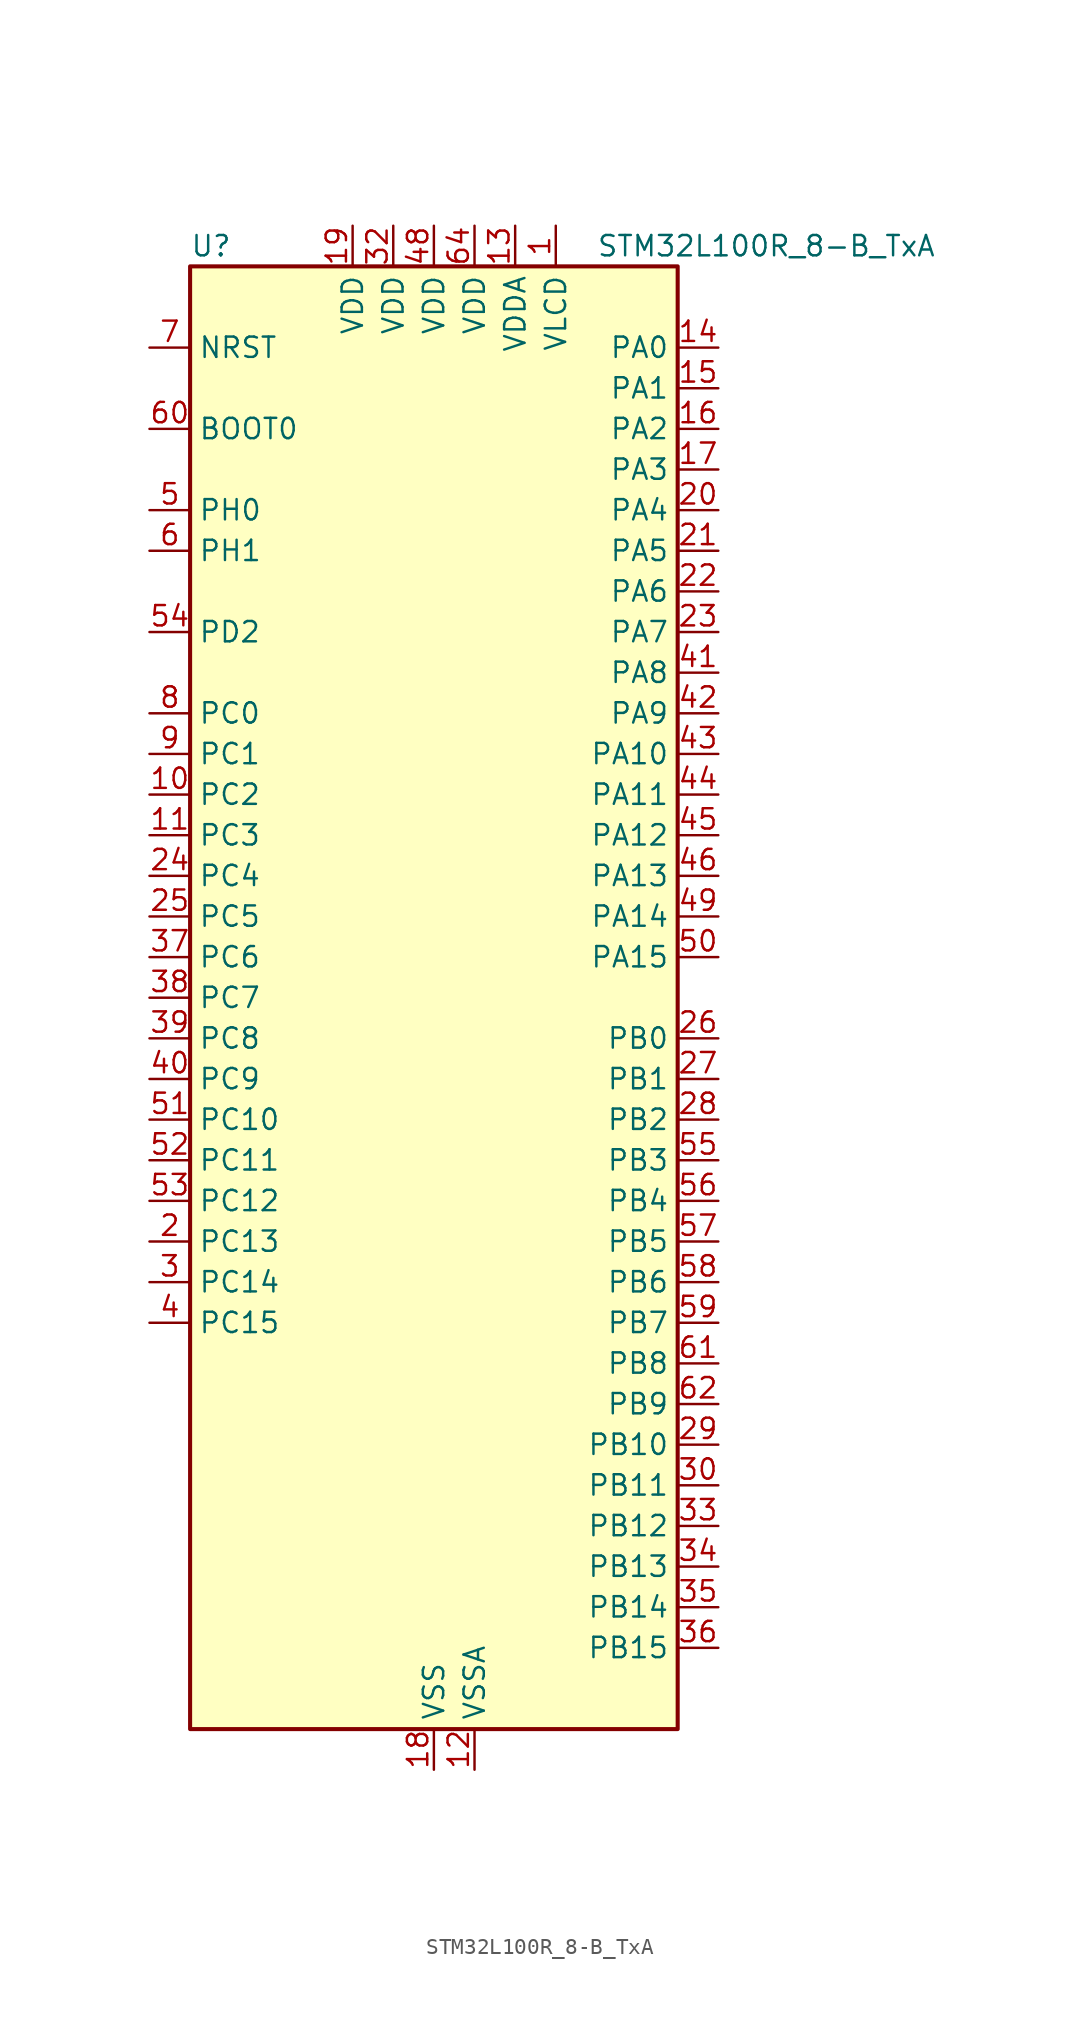
<source format=kicad_sym>
(kicad_symbol_lib
  (version 20241209)
  (generator "kicad_symbol_editor")
  (generator_version "9.0")
  (symbol "STM32L100R_8-B_TxA"
    (property "Reference" "U"
      (at -15.24 46.99 0)
      (effects (font (size 1.27 1.27)) (justify left)))
    (property "Value" "STM32L100R_8-B_TxA"
      (at 10.16 46.99 0)
      (effects (font (size 1.27 1.27)) (justify left)))
    (symbol "STM32L100R_8-B_TxA_0_1"
      (rectangle (start -15.24 -45.72) (end 15.24 45.72) (stroke (width 0.254) (type default)) (fill (type background))))
    (symbol "STM32L100R_8-B_TxA_1_1"
      (pin input line (at -17.78 40.64 0) (length 2.54) (name "NRST" (effects (font (size 1.27 1.27)))) (number "7" (effects (font (size 1.27 1.27)))))
      (pin input line (at -17.78 35.56 0) (length 2.54) (name "BOOT0" (effects (font (size 1.27 1.27)))) (number "60" (effects (font (size 1.27 1.27)))))
      (pin bidirectional line (at -17.78 30.48 0) (length 2.54) (name "PH0" (effects (font (size 1.27 1.27)))) (number "5" (effects (font (size 1.27 1.27)))) (alternate "RCC_OSC_IN" bidirectional line))
      (pin bidirectional line (at -17.78 27.94 0) (length 2.54) (name "PH1" (effects (font (size 1.27 1.27)))) (number "6" (effects (font (size 1.27 1.27)))) (alternate "RCC_OSC_OUT" bidirectional line))
      (pin bidirectional line (at -17.78 22.86 0) (length 2.54) (name "PD2" (effects (font (size 1.27 1.27)))) (number "54" (effects (font (size 1.27 1.27)))) (alternate "LCD_COM7" bidirectional line) (alternate "LCD_SEG31" bidirectional line) (alternate "TIM3_ETR" bidirectional line) (alternate "TIMX_IC3" bidirectional line))
      (pin bidirectional line (at -17.78 17.78 0) (length 2.54) (name "PC0" (effects (font (size 1.27 1.27)))) (number "8" (effects (font (size 1.27 1.27)))) (alternate "ADC_IN10" bidirectional line) (alternate "COMP1_INP" bidirectional line) (alternate "LCD_SEG18" bidirectional line) (alternate "TIMX_IC1" bidirectional line))
      (pin bidirectional line (at -17.78 15.24 0) (length 2.54) (name "PC1" (effects (font (size 1.27 1.27)))) (number "9" (effects (font (size 1.27 1.27)))) (alternate "ADC_IN11" bidirectional line) (alternate "COMP1_INP" bidirectional line) (alternate "LCD_SEG19" bidirectional line) (alternate "TIMX_IC2" bidirectional line))
      (pin bidirectional line (at -17.78 12.7 0) (length 2.54) (name "PC2" (effects (font (size 1.27 1.27)))) (number "10" (effects (font (size 1.27 1.27)))) (alternate "ADC_IN12" bidirectional line) (alternate "COMP1_INP" bidirectional line) (alternate "LCD_SEG20" bidirectional line) (alternate "TIMX_IC3" bidirectional line))
      (pin bidirectional line (at -17.78 10.16 0) (length 2.54) (name "PC3" (effects (font (size 1.27 1.27)))) (number "11" (effects (font (size 1.27 1.27)))) (alternate "ADC_IN13" bidirectional line) (alternate "COMP1_INP" bidirectional line) (alternate "LCD_SEG21" bidirectional line) (alternate "TIMX_IC4" bidirectional line))
      (pin bidirectional line (at -17.78 7.62 0) (length 2.54) (name "PC4" (effects (font (size 1.27 1.27)))) (number "24" (effects (font (size 1.27 1.27)))) (alternate "ADC_IN14" bidirectional line) (alternate "COMP1_INP" bidirectional line) (alternate "LCD_SEG22" bidirectional line) (alternate "TIMX_IC1" bidirectional line))
      (pin bidirectional line (at -17.78 5.08 0) (length 2.54) (name "PC5" (effects (font (size 1.27 1.27)))) (number "25" (effects (font (size 1.27 1.27)))) (alternate "ADC_IN15" bidirectional line) (alternate "COMP1_INP" bidirectional line) (alternate "LCD_SEG23" bidirectional line) (alternate "TIMX_IC2" bidirectional line))
      (pin bidirectional line (at -17.78 2.54 0) (length 2.54) (name "PC6" (effects (font (size 1.27 1.27)))) (number "37" (effects (font (size 1.27 1.27)))) (alternate "LCD_SEG24" bidirectional line) (alternate "TIM3_CH1" bidirectional line) (alternate "TIMX_IC3" bidirectional line))
      (pin bidirectional line (at -17.78 0 0) (length 2.54) (name "PC7" (effects (font (size 1.27 1.27)))) (number "38" (effects (font (size 1.27 1.27)))) (alternate "LCD_SEG25" bidirectional line) (alternate "TIM3_CH2" bidirectional line) (alternate "TIMX_IC4" bidirectional line))
      (pin bidirectional line (at -17.78 -2.54 0) (length 2.54) (name "PC8" (effects (font (size 1.27 1.27)))) (number "39" (effects (font (size 1.27 1.27)))) (alternate "LCD_SEG26" bidirectional line) (alternate "TIM3_CH3" bidirectional line) (alternate "TIMX_IC1" bidirectional line))
      (pin bidirectional line (at -17.78 -5.08 0) (length 2.54) (name "PC9" (effects (font (size 1.27 1.27)))) (number "40" (effects (font (size 1.27 1.27)))) (alternate "DAC_EXTI9" bidirectional line) (alternate "LCD_SEG27" bidirectional line) (alternate "TIM3_CH4" bidirectional line) (alternate "TIMX_IC2" bidirectional line))
      (pin bidirectional line (at -17.78 -7.62 0) (length 2.54) (name "PC10" (effects (font (size 1.27 1.27)))) (number "51" (effects (font (size 1.27 1.27)))) (alternate "LCD_COM4" bidirectional line) (alternate "LCD_SEG28" bidirectional line) (alternate "TIMX_IC3" bidirectional line) (alternate "USART3_TX" bidirectional line))
      (pin bidirectional line (at -17.78 -10.16 0) (length 2.54) (name "PC11" (effects (font (size 1.27 1.27)))) (number "52" (effects (font (size 1.27 1.27)))) (alternate "ADC_EXTI11" bidirectional line) (alternate "LCD_COM5" bidirectional line) (alternate "LCD_SEG29" bidirectional line) (alternate "TIMX_IC4" bidirectional line) (alternate "USART3_RX" bidirectional line))
      (pin bidirectional line (at -17.78 -12.7 0) (length 2.54) (name "PC12" (effects (font (size 1.27 1.27)))) (number "53" (effects (font (size 1.27 1.27)))) (alternate "LCD_COM6" bidirectional line) (alternate "LCD_SEG30" bidirectional line) (alternate "TIMX_IC1" bidirectional line) (alternate "USART3_CK" bidirectional line))
      (pin bidirectional line (at -17.78 -15.24 0) (length 2.54) (name "PC13" (effects (font (size 1.27 1.27)))) (number "2" (effects (font (size 1.27 1.27)))) (alternate "RTC_OUT_ALARM" bidirectional line) (alternate "RTC_OUT_CALIB" bidirectional line) (alternate "RTC_TAMP1" bidirectional line) (alternate "RTC_TS" bidirectional line) (alternate "SYS_WKUP2" bidirectional line) (alternate "TIMX_IC2" bidirectional line))
      (pin bidirectional line (at -17.78 -17.78 0) (length 2.54) (name "PC14" (effects (font (size 1.27 1.27)))) (number "3" (effects (font (size 1.27 1.27)))) (alternate "RCC_OSC32_IN" bidirectional line) (alternate "TIMX_IC3" bidirectional line))
      (pin bidirectional line (at -17.78 -20.32 0) (length 2.54) (name "PC15" (effects (font (size 1.27 1.27)))) (number "4" (effects (font (size 1.27 1.27)))) (alternate "ADC_EXTI15" bidirectional line) (alternate "RCC_OSC32_OUT" bidirectional line) (alternate "TIMX_IC4" bidirectional line))
      (pin power_in line (at -5.08 48.26 270) (length 2.54) (name "VDD" (effects (font (size 1.27 1.27)))) (number "19" (effects (font (size 1.27 1.27)))))
      (pin power_in line (at -2.54 48.26 270) (length 2.54) (name "VDD" (effects (font (size 1.27 1.27)))) (number "32" (effects (font (size 1.27 1.27)))))
      (pin power_in line (at 0 48.26 270) (length 2.54) (name "VDD" (effects (font (size 1.27 1.27)))) (number "48" (effects (font (size 1.27 1.27)))))
      (pin power_in line (at 0 -48.26 90) (length 2.54) (name "VSS" (effects (font (size 1.27 1.27)))) (number "18" (effects (font (size 1.27 1.27)))))
      (pin passive line (at 0 -48.26 90) (length 2.54) (hide yes) (name "VSS" (effects (font (size 1.27 1.27)))) (number "31" (effects (font (size 1.27 1.27)))))
      (pin passive line (at 0 -48.26 90) (length 2.54) (hide yes) (name "VSS" (effects (font (size 1.27 1.27)))) (number "47" (effects (font (size 1.27 1.27)))))
      (pin passive line (at 0 -48.26 90) (length 2.54) (hide yes) (name "VSS" (effects (font (size 1.27 1.27)))) (number "63" (effects (font (size 1.27 1.27)))))
      (pin power_in line (at 2.54 48.26 270) (length 2.54) (name "VDD" (effects (font (size 1.27 1.27)))) (number "64" (effects (font (size 1.27 1.27)))))
      (pin power_in line (at 2.54 -48.26 90) (length 2.54) (name "VSSA" (effects (font (size 1.27 1.27)))) (number "12" (effects (font (size 1.27 1.27)))))
      (pin power_in line (at 5.08 48.26 270) (length 2.54) (name "VDDA" (effects (font (size 1.27 1.27)))) (number "13" (effects (font (size 1.27 1.27)))))
      (pin power_in line (at 7.62 48.26 270) (length 2.54) (name "VLCD" (effects (font (size 1.27 1.27)))) (number "1" (effects (font (size 1.27 1.27)))))
      (pin bidirectional line (at 17.78 40.64 180) (length 2.54) (name "PA0" (effects (font (size 1.27 1.27)))) (number "14" (effects (font (size 1.27 1.27)))) (alternate "ADC_IN0" bidirectional line) (alternate "COMP1_INP" bidirectional line) (alternate "RTC_TAMP2" bidirectional line) (alternate "SYS_WKUP1" bidirectional line) (alternate "TIM2_CH1" bidirectional line) (alternate "TIM2_ETR" bidirectional line) (alternate "TIMX_IC1" bidirectional line) (alternate "USART2_CTS" bidirectional line))
      (pin bidirectional line (at 17.78 38.1 180) (length 2.54) (name "PA1" (effects (font (size 1.27 1.27)))) (number "15" (effects (font (size 1.27 1.27)))) (alternate "ADC_IN1" bidirectional line) (alternate "COMP1_INP" bidirectional line) (alternate "LCD_SEG0" bidirectional line) (alternate "TIM2_CH2" bidirectional line) (alternate "TIMX_IC2" bidirectional line) (alternate "USART2_RTS" bidirectional line))
      (pin bidirectional line (at 17.78 35.56 180) (length 2.54) (name "PA2" (effects (font (size 1.27 1.27)))) (number "16" (effects (font (size 1.27 1.27)))) (alternate "ADC_IN2" bidirectional line) (alternate "COMP1_INP" bidirectional line) (alternate "LCD_SEG1" bidirectional line) (alternate "TIM2_CH3" bidirectional line) (alternate "TIM9_CH1" bidirectional line) (alternate "TIMX_IC3" bidirectional line) (alternate "USART2_TX" bidirectional line))
      (pin bidirectional line (at 17.78 33.02 180) (length 2.54) (name "PA3" (effects (font (size 1.27 1.27)))) (number "17" (effects (font (size 1.27 1.27)))) (alternate "ADC_IN3" bidirectional line) (alternate "COMP1_INP" bidirectional line) (alternate "LCD_SEG2" bidirectional line) (alternate "TIM2_CH4" bidirectional line) (alternate "TIM9_CH2" bidirectional line) (alternate "TIMX_IC4" bidirectional line) (alternate "USART2_RX" bidirectional line))
      (pin bidirectional line (at 17.78 30.48 180) (length 2.54) (name "PA4" (effects (font (size 1.27 1.27)))) (number "20" (effects (font (size 1.27 1.27)))) (alternate "ADC_IN4" bidirectional line) (alternate "COMP1_INP" bidirectional line) (alternate "DAC_OUT1" bidirectional line) (alternate "SPI1_NSS" bidirectional line) (alternate "TIMX_IC1" bidirectional line) (alternate "USART2_CK" bidirectional line))
      (pin bidirectional line (at 17.78 27.94 180) (length 2.54) (name "PA5" (effects (font (size 1.27 1.27)))) (number "21" (effects (font (size 1.27 1.27)))) (alternate "ADC_IN5" bidirectional line) (alternate "COMP1_INP" bidirectional line) (alternate "DAC_OUT2" bidirectional line) (alternate "SPI1_SCK" bidirectional line) (alternate "TIM2_CH1" bidirectional line) (alternate "TIM2_ETR" bidirectional line) (alternate "TIMX_IC2" bidirectional line))
      (pin bidirectional line (at 17.78 25.4 180) (length 2.54) (name "PA6" (effects (font (size 1.27 1.27)))) (number "22" (effects (font (size 1.27 1.27)))) (alternate "ADC_IN6" bidirectional line) (alternate "COMP1_INP" bidirectional line) (alternate "LCD_SEG3" bidirectional line) (alternate "SPI1_MISO" bidirectional line) (alternate "TIM10_CH1" bidirectional line) (alternate "TIM3_CH1" bidirectional line) (alternate "TIMX_IC3" bidirectional line))
      (pin bidirectional line (at 17.78 22.86 180) (length 2.54) (name "PA7" (effects (font (size 1.27 1.27)))) (number "23" (effects (font (size 1.27 1.27)))) (alternate "ADC_IN7" bidirectional line) (alternate "COMP1_INP" bidirectional line) (alternate "LCD_SEG4" bidirectional line) (alternate "SPI1_MOSI" bidirectional line) (alternate "TIM11_CH1" bidirectional line) (alternate "TIM3_CH2" bidirectional line) (alternate "TIMX_IC4" bidirectional line))
      (pin bidirectional line (at 17.78 20.32 180) (length 2.54) (name "PA8" (effects (font (size 1.27 1.27)))) (number "41" (effects (font (size 1.27 1.27)))) (alternate "LCD_COM0" bidirectional line) (alternate "RCC_MCO" bidirectional line) (alternate "TIMX_IC1" bidirectional line) (alternate "USART1_CK" bidirectional line))
      (pin bidirectional line (at 17.78 17.78 180) (length 2.54) (name "PA9" (effects (font (size 1.27 1.27)))) (number "42" (effects (font (size 1.27 1.27)))) (alternate "DAC_EXTI9" bidirectional line) (alternate "LCD_COM1" bidirectional line) (alternate "TIMX_IC2" bidirectional line) (alternate "USART1_TX" bidirectional line))
      (pin bidirectional line (at 17.78 15.24 180) (length 2.54) (name "PA10" (effects (font (size 1.27 1.27)))) (number "43" (effects (font (size 1.27 1.27)))) (alternate "LCD_COM2" bidirectional line) (alternate "TIMX_IC3" bidirectional line) (alternate "USART1_RX" bidirectional line))
      (pin bidirectional line (at 17.78 12.7 180) (length 2.54) (name "PA11" (effects (font (size 1.27 1.27)))) (number "44" (effects (font (size 1.27 1.27)))) (alternate "ADC_EXTI11" bidirectional line) (alternate "SPI1_MISO" bidirectional line) (alternate "TIMX_IC4" bidirectional line) (alternate "USART1_CTS" bidirectional line) (alternate "USB_DM" bidirectional line))
      (pin bidirectional line (at 17.78 10.16 180) (length 2.54) (name "PA12" (effects (font (size 1.27 1.27)))) (number "45" (effects (font (size 1.27 1.27)))) (alternate "SPI1_MOSI" bidirectional line) (alternate "TIMX_IC1" bidirectional line) (alternate "USART1_RTS" bidirectional line) (alternate "USB_DP" bidirectional line))
      (pin bidirectional line (at 17.78 7.62 180) (length 2.54) (name "PA13" (effects (font (size 1.27 1.27)))) (number "46" (effects (font (size 1.27 1.27)))) (alternate "SYS_JTMS-SWDIO" bidirectional line) (alternate "TIMX_IC2" bidirectional line))
      (pin bidirectional line (at 17.78 5.08 180) (length 2.54) (name "PA14" (effects (font (size 1.27 1.27)))) (number "49" (effects (font (size 1.27 1.27)))) (alternate "SYS_JTCK-SWCLK" bidirectional line) (alternate "TIMX_IC3" bidirectional line))
      (pin bidirectional line (at 17.78 2.54 180) (length 2.54) (name "PA15" (effects (font (size 1.27 1.27)))) (number "50" (effects (font (size 1.27 1.27)))) (alternate "ADC_EXTI15" bidirectional line) (alternate "LCD_SEG17" bidirectional line) (alternate "SPI1_NSS" bidirectional line) (alternate "SYS_JTDI" bidirectional line) (alternate "TIM2_CH1" bidirectional line) (alternate "TIM2_ETR" bidirectional line) (alternate "TIMX_IC4" bidirectional line))
      (pin bidirectional line (at 17.78 -2.54 180) (length 2.54) (name "PB0" (effects (font (size 1.27 1.27)))) (number "26" (effects (font (size 1.27 1.27)))) (alternate "ADC_IN8" bidirectional line) (alternate "COMP1_INP" bidirectional line) (alternate "LCD_SEG5" bidirectional line) (alternate "SYS_V_REF_OUT" bidirectional line) (alternate "TIM3_CH3" bidirectional line))
      (pin bidirectional line (at 17.78 -5.08 180) (length 2.54) (name "PB1" (effects (font (size 1.27 1.27)))) (number "27" (effects (font (size 1.27 1.27)))) (alternate "ADC_IN9" bidirectional line) (alternate "COMP1_INP" bidirectional line) (alternate "LCD_SEG6" bidirectional line) (alternate "SYS_V_REF_OUT" bidirectional line) (alternate "TIM3_CH4" bidirectional line))
      (pin bidirectional line (at 17.78 -7.62 180) (length 2.54) (name "PB2" (effects (font (size 1.27 1.27)))) (number "28" (effects (font (size 1.27 1.27)))))
      (pin bidirectional line (at 17.78 -10.16 180) (length 2.54) (name "PB3" (effects (font (size 1.27 1.27)))) (number "55" (effects (font (size 1.27 1.27)))) (alternate "COMP2_INM" bidirectional line) (alternate "LCD_SEG7" bidirectional line) (alternate "SPI1_SCK" bidirectional line) (alternate "SYS_JTDO-TRACESWO" bidirectional line) (alternate "TIM2_CH2" bidirectional line))
      (pin bidirectional line (at 17.78 -12.7 180) (length 2.54) (name "PB4" (effects (font (size 1.27 1.27)))) (number "56" (effects (font (size 1.27 1.27)))) (alternate "COMP2_INP" bidirectional line) (alternate "LCD_SEG8" bidirectional line) (alternate "SPI1_MISO" bidirectional line) (alternate "SYS_JTRST" bidirectional line) (alternate "TIM3_CH1" bidirectional line))
      (pin bidirectional line (at 17.78 -15.24 180) (length 2.54) (name "PB5" (effects (font (size 1.27 1.27)))) (number "57" (effects (font (size 1.27 1.27)))) (alternate "COMP2_INP" bidirectional line) (alternate "I2C1_SMBA" bidirectional line) (alternate "LCD_SEG9" bidirectional line) (alternate "SPI1_MOSI" bidirectional line) (alternate "TIM3_CH2" bidirectional line))
      (pin bidirectional line (at 17.78 -17.78 180) (length 2.54) (name "PB6" (effects (font (size 1.27 1.27)))) (number "58" (effects (font (size 1.27 1.27)))) (alternate "I2C1_SCL" bidirectional line) (alternate "TIM4_CH1" bidirectional line) (alternate "USART1_TX" bidirectional line))
      (pin bidirectional line (at 17.78 -20.32 180) (length 2.54) (name "PB7" (effects (font (size 1.27 1.27)))) (number "59" (effects (font (size 1.27 1.27)))) (alternate "I2C1_SDA" bidirectional line) (alternate "SYS_PVD_IN" bidirectional line) (alternate "TIM4_CH2" bidirectional line) (alternate "USART1_RX" bidirectional line))
      (pin bidirectional line (at 17.78 -22.86 180) (length 2.54) (name "PB8" (effects (font (size 1.27 1.27)))) (number "61" (effects (font (size 1.27 1.27)))) (alternate "I2C1_SCL" bidirectional line) (alternate "LCD_SEG16" bidirectional line) (alternate "TIM10_CH1" bidirectional line) (alternate "TIM4_CH3" bidirectional line))
      (pin bidirectional line (at 17.78 -25.4 180) (length 2.54) (name "PB9" (effects (font (size 1.27 1.27)))) (number "62" (effects (font (size 1.27 1.27)))) (alternate "DAC_EXTI9" bidirectional line) (alternate "I2C1_SDA" bidirectional line) (alternate "LCD_COM3" bidirectional line) (alternate "TIM11_CH1" bidirectional line) (alternate "TIM4_CH4" bidirectional line))
      (pin bidirectional line (at 17.78 -27.94 180) (length 2.54) (name "PB10" (effects (font (size 1.27 1.27)))) (number "29" (effects (font (size 1.27 1.27)))) (alternate "I2C2_SCL" bidirectional line) (alternate "LCD_SEG10" bidirectional line) (alternate "TIM2_CH3" bidirectional line) (alternate "USART3_TX" bidirectional line))
      (pin bidirectional line (at 17.78 -30.48 180) (length 2.54) (name "PB11" (effects (font (size 1.27 1.27)))) (number "30" (effects (font (size 1.27 1.27)))) (alternate "ADC_EXTI11" bidirectional line) (alternate "I2C2_SDA" bidirectional line) (alternate "LCD_SEG11" bidirectional line) (alternate "TIM2_CH4" bidirectional line) (alternate "USART3_RX" bidirectional line))
      (pin bidirectional line (at 17.78 -33.02 180) (length 2.54) (name "PB12" (effects (font (size 1.27 1.27)))) (number "33" (effects (font (size 1.27 1.27)))) (alternate "ADC_IN18" bidirectional line) (alternate "COMP1_INP" bidirectional line) (alternate "I2C2_SMBA" bidirectional line) (alternate "LCD_SEG12" bidirectional line) (alternate "SPI2_NSS" bidirectional line) (alternate "TIM10_CH1" bidirectional line) (alternate "USART3_CK" bidirectional line))
      (pin bidirectional line (at 17.78 -35.56 180) (length 2.54) (name "PB13" (effects (font (size 1.27 1.27)))) (number "34" (effects (font (size 1.27 1.27)))) (alternate "ADC_IN19" bidirectional line) (alternate "COMP1_INP" bidirectional line) (alternate "LCD_SEG13" bidirectional line) (alternate "SPI2_SCK" bidirectional line) (alternate "TIM9_CH1" bidirectional line) (alternate "USART3_CTS" bidirectional line))
      (pin bidirectional line (at 17.78 -38.1 180) (length 2.54) (name "PB14" (effects (font (size 1.27 1.27)))) (number "35" (effects (font (size 1.27 1.27)))) (alternate "ADC_IN20" bidirectional line) (alternate "COMP1_INP" bidirectional line) (alternate "LCD_SEG14" bidirectional line) (alternate "SPI2_MISO" bidirectional line) (alternate "TIM9_CH2" bidirectional line) (alternate "USART3_RTS" bidirectional line))
      (pin bidirectional line (at 17.78 -40.64 180) (length 2.54) (name "PB15" (effects (font (size 1.27 1.27)))) (number "36" (effects (font (size 1.27 1.27)))) (alternate "ADC_EXTI15" bidirectional line) (alternate "ADC_IN21" bidirectional line) (alternate "COMP1_INP" bidirectional line) (alternate "LCD_SEG15" bidirectional line) (alternate "RTC_REFIN" bidirectional line) (alternate "SPI2_MOSI" bidirectional line) (alternate "TIM11_CH1" bidirectional line)))))
</source>
